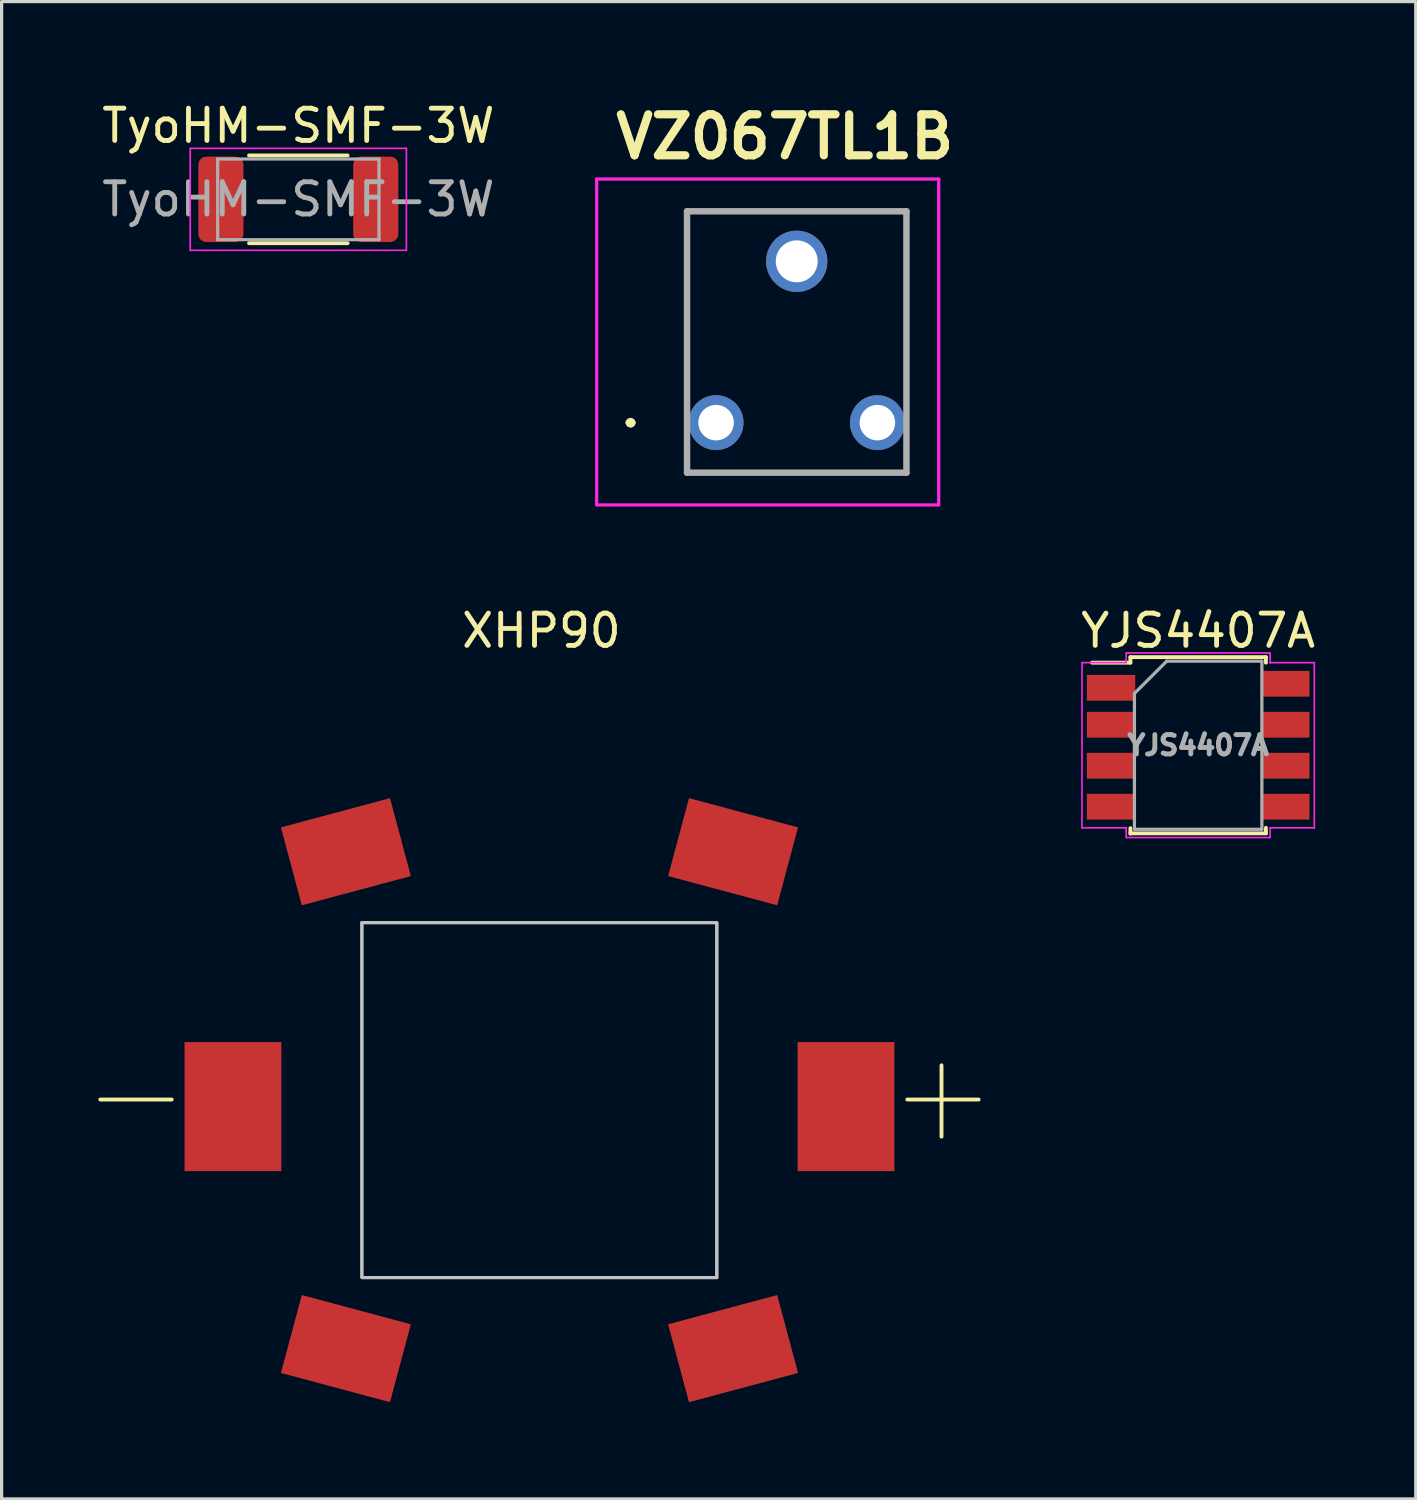
<source format=kicad_pcb>
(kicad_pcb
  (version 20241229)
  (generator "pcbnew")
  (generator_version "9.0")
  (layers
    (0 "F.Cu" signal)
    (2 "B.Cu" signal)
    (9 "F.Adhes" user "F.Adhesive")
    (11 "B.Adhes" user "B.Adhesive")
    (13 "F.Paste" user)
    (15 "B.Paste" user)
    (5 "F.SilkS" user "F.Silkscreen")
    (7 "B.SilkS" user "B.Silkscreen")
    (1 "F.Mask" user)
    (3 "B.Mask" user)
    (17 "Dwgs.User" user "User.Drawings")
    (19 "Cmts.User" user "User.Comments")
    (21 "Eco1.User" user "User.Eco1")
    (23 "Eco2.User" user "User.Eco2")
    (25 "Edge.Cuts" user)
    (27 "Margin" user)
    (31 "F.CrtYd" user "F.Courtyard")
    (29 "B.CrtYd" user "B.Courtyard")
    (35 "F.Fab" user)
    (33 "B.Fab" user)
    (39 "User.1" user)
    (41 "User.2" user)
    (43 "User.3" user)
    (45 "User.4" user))
  (footprint "VZ067TL1B"
    (layer "F.Cu")
    (at 19.143 10.049)
    (property "Reference" "VZ067TL1B" (at 2.13 -8.86 0) (layer "F.SilkS") (effects (font (size 1.27 1.27) (thickness 0.254))))
    (attr through_hole)
    (fp_line (start -2.7 0) (end -2.7 0) (stroke (width 0.2) (type solid)) (layer "F.SilkS"))
    (fp_line (start -2.7 0) (end -2.7 0) (stroke (width 0.2) (type solid)) (layer "F.SilkS"))
    (fp_line (start -2.6 0) (end -2.6 0) (stroke (width 0.2) (type solid)) (layer "F.SilkS"))
    (fp_line (start -0.9 -6.55) (end -0.9 -6.55) (stroke (width 0.1) (type solid)) (layer "F.SilkS"))
    (fp_line (start -0.9 -6.55) (end -0.9 -6.55) (stroke (width 0.1) (type solid)) (layer "F.SilkS"))
    (fp_line (start -0.9 -6.55) (end -0.9 -1.25) (stroke (width 0.1) (type solid)) (layer "F.SilkS"))
    (fp_line (start -0.9 -6.55) (end 5.9 -6.55) (stroke (width 0.1) (type solid)) (layer "F.SilkS"))
    (fp_line (start -0.9 -1.25) (end -0.9 -6.55) (stroke (width 0.1) (type solid)) (layer "F.SilkS"))
    (fp_line (start -0.9 -1.25) (end -0.9 -1.25) (stroke (width 0.1) (type solid)) (layer "F.SilkS"))
    (fp_line (start -0.9 1.55) (end -0.9 1.55) (stroke (width 0.1) (type solid)) (layer "F.SilkS"))
    (fp_line (start -0.9 1.55) (end 5.9 1.55) (stroke (width 0.1) (type solid)) (layer "F.SilkS"))
    (fp_line (start 5.9 -6.55) (end -0.9 -6.55) (stroke (width 0.1) (type solid)) (layer "F.SilkS"))
    (fp_line (start 5.9 -6.55) (end 5.9 -6.55) (stroke (width 0.1) (type solid)) (layer "F.SilkS"))
    (fp_line (start 5.9 -6.55) (end 5.9 -6.55) (stroke (width 0.1) (type solid)) (layer "F.SilkS"))
    (fp_line (start 5.9 -6.55) (end 5.9 -1.25) (stroke (width 0.1) (type solid)) (layer "F.SilkS"))
    (fp_line (start 5.9 -1.25) (end 5.9 -6.55) (stroke (width 0.1) (type solid)) (layer "F.SilkS"))
    (fp_line (start 5.9 -1.25) (end 5.9 -1.25) (stroke (width 0.1) (type solid)) (layer "F.SilkS"))
    (fp_line (start 5.9 1.55) (end -0.9 1.55) (stroke (width 0.1) (type solid)) (layer "F.SilkS"))
    (fp_line (start 5.9 1.55) (end 5.9 1.55) (stroke (width 0.1) (type solid)) (layer "F.SilkS"))
    (fp_arc (start -2.7 0) (mid -2.65 -0.05) (end -2.6 0) (stroke (width 0.2) (type solid)) (layer "F.SilkS"))
    (fp_arc (start -2.6 0) (mid -2.65 0.05) (end -2.7 0) (stroke (width 0.2) (type solid)) (layer "F.SilkS"))
    (fp_arc (start -2.6 0) (mid -2.65 0.05) (end -2.7 0) (stroke (width 0.2) (type solid)) (layer "F.SilkS"))
    (fp_line (start -3.7 -7.55) (end 6.9 -7.55) (stroke (width 0.1) (type solid)) (layer "F.CrtYd"))
    (fp_line (start -3.7 2.55) (end -3.7 -7.55) (stroke (width 0.1) (type solid)) (layer "F.CrtYd"))
    (fp_line (start 6.9 -7.55) (end 6.9 2.55) (stroke (width 0.1) (type solid)) (layer "F.CrtYd"))
    (fp_line (start 6.9 2.55) (end -3.7 2.55) (stroke (width 0.1) (type solid)) (layer "F.CrtYd"))
    (fp_line (start -0.9 -6.55) (end -0.9 1.55) (stroke (width 0.2) (type solid)) (layer "F.Fab"))
    (fp_line (start -0.9 1.55) (end 5.9 1.55) (stroke (width 0.2) (type solid)) (layer "F.Fab"))
    (fp_line (start 5.9 -6.55) (end -0.9 -6.55) (stroke (width 0.2) (type solid)) (layer "F.Fab"))
    (fp_line (start 5.9 1.55) (end 5.9 -6.55) (stroke (width 0.2) (type solid)) (layer "F.Fab"))
    (pad "1" thru_hole circle (at 0 0) (size 1.7 1.7) (drill 1.1) (layers "*.Cu" "*.Mask"))
    (pad "2" thru_hole circle (at 2.5 -5) (size 1.9 1.9) (drill 1.3) (layers "*.Cu" "*.Mask"))
    (pad "3" thru_hole circle (at 5 0) (size 1.7 1.7) (drill 1.1) (layers "*.Cu" "*.Mask")))
  (footprint "TyoHM-SMF-3W"
    (layer "F.Cu")
    (at 6.196 3.128)
    (property "Reference" "TyoHM-SMF-3W" (at 0 -2.28 0) (layer "F.SilkS") (effects (font (size 1 1) (thickness 0.15))))
    (attr smd)
    (fp_line (start -1.527 -1.36) (end 1.527 -1.36) (stroke (width 0.12) (type solid)) (layer "F.SilkS"))
    (fp_line (start -1.527 1.36) (end 1.527 1.36) (stroke (width 0.12) (type solid)) (layer "F.SilkS"))
    (fp_line (start -3.35 -1.58) (end 3.35 -1.58) (stroke (width 0.05) (type solid)) (layer "F.CrtYd"))
    (fp_line (start -3.35 1.58) (end -3.35 -1.58) (stroke (width 0.05) (type solid)) (layer "F.CrtYd"))
    (fp_line (start 3.35 -1.58) (end 3.35 1.58) (stroke (width 0.05) (type solid)) (layer "F.CrtYd"))
    (fp_line (start 3.35 1.58) (end -3.35 1.58) (stroke (width 0.05) (type solid)) (layer "F.CrtYd"))
    (fp_line (start -2.5 -1.25) (end 2.5 -1.25) (stroke (width 0.1) (type solid)) (layer "F.Fab"))
    (fp_line (start -2.5 1.25) (end -2.5 -1.25) (stroke (width 0.1) (type solid)) (layer "F.Fab"))
    (fp_line (start 2.5 -1.25) (end 2.5 1.25) (stroke (width 0.1) (type solid)) (layer "F.Fab"))
    (fp_line (start 2.5 1.25) (end -2.5 1.25) (stroke (width 0.1) (type solid)) (layer "F.Fab"))
    (fp_text user "${REFERENCE}" (at 0 0 0) (layer "F.Fab") (effects (font (size 1 1) (thickness 0.15))))
    (pad "1" smd roundrect (at -2.4 0) (size 1.4 2.65) (layers "F.Cu" "F.Mask" "F.Paste") (roundrect_rratio 0.179))
    (pad "2" smd roundrect (at 2.4 0) (size 1.4 2.65) (layers "F.Cu" "F.Mask" "F.Paste") (roundrect_rratio 0.179)))
  (footprint "YJS4407A"
    (layer "F.Cu")
    (at 34.084 20.047)
    (property "Reference" "YJS4407A" (at 0 -3.55 0) (layer "F.SilkS") (effects (font (size 1 1) (thickness 0.15))))
    (attr smd)
    (fp_line (start -2.1 -2.73) (end -2.1 -2.56) (stroke (width 0.12) (type solid)) (layer "F.SilkS"))
    (fp_line (start -2.1 -2.56) (end -3.29 -2.56) (stroke (width 0.12) (type solid)) (layer "F.SilkS"))
    (fp_line (start -2.1 2.57) (end -2.1 2.74) (stroke (width 0.12) (type solid)) (layer "F.SilkS"))
    (fp_line (start 2.1 -2.73) (end -2.1 -2.73) (stroke (width 0.12) (type solid)) (layer "F.SilkS"))
    (fp_line (start 2.1 -2.73) (end 2.1 -2.56) (stroke (width 0.12) (type solid)) (layer "F.SilkS"))
    (fp_line (start 2.1 2.56) (end 2.1 2.73) (stroke (width 0.12) (type solid)) (layer "F.SilkS"))
    (fp_line (start 2.1 2.73) (end -2.1 2.73) (stroke (width 0.12) (type solid)) (layer "F.SilkS"))
    (fp_line (start -3.6 -2.56) (end -2.23 -2.56) (stroke (width 0.05) (type solid)) (layer "F.CrtYd"))
    (fp_line (start -3.6 2.56) (end -3.6 -2.56) (stroke (width 0.05) (type solid)) (layer "F.CrtYd"))
    (fp_line (start -3.6 2.56) (end -2.23 2.56) (stroke (width 0.05) (type solid)) (layer "F.CrtYd"))
    (fp_line (start -2.23 -2.86) (end 2.23 -2.86) (stroke (width 0.05) (type solid)) (layer "F.CrtYd"))
    (fp_line (start -2.23 -2.56) (end -2.23 -2.86) (stroke (width 0.05) (type solid)) (layer "F.CrtYd"))
    (fp_line (start -2.23 2.86) (end -2.23 2.56) (stroke (width 0.05) (type solid)) (layer "F.CrtYd"))
    (fp_line (start 2.23 -2.56) (end 3.6 -2.56) (stroke (width 0.05) (type solid)) (layer "F.CrtYd"))
    (fp_line (start 2.23 -2.55) (end 2.23 -2.85) (stroke (width 0.05) (type solid)) (layer "F.CrtYd"))
    (fp_line (start 2.23 2.56) (end 3.6 2.56) (stroke (width 0.05) (type solid)) (layer "F.CrtYd"))
    (fp_line (start 2.23 2.86) (end -2.23 2.86) (stroke (width 0.05) (type solid)) (layer "F.CrtYd"))
    (fp_line (start 2.23 2.86) (end 2.23 2.56) (stroke (width 0.05) (type solid)) (layer "F.CrtYd"))
    (fp_line (start 3.6 2.56) (end 3.6 -2.56) (stroke (width 0.05) (type solid)) (layer "F.CrtYd"))
    (fp_line (start -1.975 2.605) (end -1.975 -1.605) (stroke (width 0.1) (type solid)) (layer "F.Fab"))
    (fp_line (start -0.975 -2.605) (end -1.975 -1.605) (stroke (width 0.1) (type solid)) (layer "F.Fab"))
    (fp_line (start -0.975 -2.605) (end 1.975 -2.605) (stroke (width 0.1) (type solid)) (layer "F.Fab"))
    (fp_line (start 1.975 -2.605) (end 1.975 2.605) (stroke (width 0.1) (type solid)) (layer "F.Fab"))
    (fp_line (start 1.975 2.605) (end -1.975 2.605) (stroke (width 0.1) (type solid)) (layer "F.Fab"))
    (fp_text user "${REFERENCE}" (at 0 0 0) (layer "F.Fab") (effects (font (size 0.6 0.6) (thickness 0.15))))
    (pad "1" smd rect (at -2.7 -1.78) (size 1.5 0.8) (layers "F.Cu" "F.Mask" "F.Paste"))
    (pad "2" smd rect (at -2.7 -0.635) (size 1.5 0.8) (layers "F.Cu" "F.Mask" "F.Paste"))
    (pad "3" smd rect (at -2.7 0.635) (size 1.5 0.8) (layers "F.Cu" "F.Mask" "F.Paste"))
    (pad "4" smd rect (at -2.7 1.905) (size 1.5 0.8) (layers "F.Cu" "F.Mask" "F.Paste"))
    (pad "5" smd rect (at 2.7 1.905) (size 1.5 0.8) (layers "F.Cu" "F.Mask" "F.Paste"))
    (pad "6" smd rect (at 2.7 0.635) (size 1.5 0.8) (layers "F.Cu" "F.Mask" "F.Paste"))
    (pad "7" smd rect (at 2.7 -0.635) (size 1.5 0.8) (layers "F.Cu" "F.Mask" "F.Paste"))
    (pad "8" smd rect (at 2.7 -1.905) (size 1.5 0.8) (layers "F.Cu" "F.Mask" "F.Paste")))
  (footprint "XHP90"
    (layer "F.Cu")
    (at 13.67 31.047)
    (property "Reference" "XHP90" (at 0.06 -14.55 0) (layer "F.SilkS") (effects (font (size 1 1) (thickness 0.15))))
    (attr through_hole)
    (fp_line (start -13.61 -0.02) (end -11.4 -0.02) (stroke (width 0.12) (type solid)) (layer "F.SilkS"))
    (fp_line (start 11.4 -0.02) (end 13.61 -0.02) (stroke (width 0.12) (type solid)) (layer "F.SilkS"))
    (fp_line (start 12.46 1.13) (end 12.46 -1.08) (stroke (width 0.12) (type solid)) (layer "F.SilkS"))
    (fp_poly (pts (xy 5.5 5.5) (xy -5.5 5.5) (xy -5.5 -5.5) (xy 5.5 -5.5)) (stroke (width 0.1) (type solid)) (fill no) (layer "Dwgs.User"))
    (fp_line (start -5.525 -5.51) (end -5.525 5.49) (stroke (width 0.05) (type solid)) (layer "Edge.Cuts"))
    (fp_line (start -5.525 -5.51) (end 5.475 -5.51) (stroke (width 0.05) (type solid)) (layer "Edge.Cuts"))
    (fp_line (start -5.525 5.49) (end 5.475 5.49) (stroke (width 0.05) (type solid)) (layer "Edge.Cuts"))
    (fp_line (start 5.475 -5.51) (end 5.475 5.49) (stroke (width 0.05) (type solid)) (layer "Edge.Cuts"))
    (pad "1" smd rect (at -9.5 0.2 90) (size 4 3) (layers "F.Cu" "F.Mask" "F.Paste"))
    (pad "1" smd rect (at -6 -7.7 15) (size 3.5 2.5) (layers "F.Cu" "F.Mask" "F.Paste"))
    (pad "1" smd rect (at -6 7.7 345) (size 3.5 2.5) (layers "F.Cu" "F.Mask" "F.Paste"))
    (pad "2" smd rect (at 6 -7.7 345) (size 3.5 2.5) (layers "F.Cu" "F.Mask" "F.Paste"))
    (pad "2" smd rect (at 6 7.7 15) (size 3.5 2.5) (layers "F.Cu" "F.Mask" "F.Paste"))
    (pad "2" smd rect (at 9.5 0.2 90) (size 4 3) (layers "F.Cu" "F.Mask" "F.Paste")))
  (gr_rect
    (start -3 -3)
    (end 40.828 43.407)
    (stroke (width 0.1) (type default))
    (fill no)
    (layer "Edge.Cuts")))
</source>
